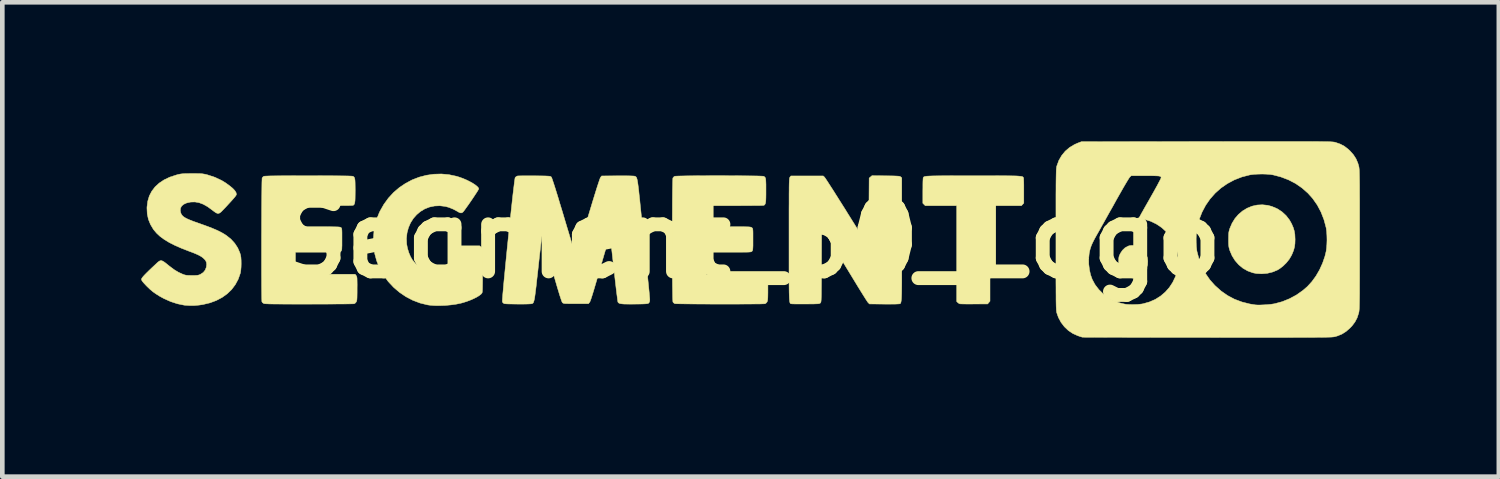
<source format=kicad_pcb>
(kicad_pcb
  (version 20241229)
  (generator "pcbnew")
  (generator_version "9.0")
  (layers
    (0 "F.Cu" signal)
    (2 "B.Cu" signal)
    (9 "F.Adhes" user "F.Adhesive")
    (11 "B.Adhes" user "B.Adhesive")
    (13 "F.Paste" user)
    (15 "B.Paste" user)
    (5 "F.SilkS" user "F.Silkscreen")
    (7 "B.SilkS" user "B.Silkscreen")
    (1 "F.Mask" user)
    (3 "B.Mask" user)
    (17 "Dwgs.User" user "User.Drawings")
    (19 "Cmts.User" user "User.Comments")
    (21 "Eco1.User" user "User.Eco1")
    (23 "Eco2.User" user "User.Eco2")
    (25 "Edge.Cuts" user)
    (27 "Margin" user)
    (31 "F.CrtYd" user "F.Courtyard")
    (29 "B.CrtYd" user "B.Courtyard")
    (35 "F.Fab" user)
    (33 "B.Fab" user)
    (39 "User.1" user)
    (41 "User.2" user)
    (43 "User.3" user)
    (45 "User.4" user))
  (footprint "Segment_60_Logo"
    (layer "F.Cu")
    (at 13.149 2.12)
    (property "Reference" "Segment_60_Logo" (at 0 0 0) (layer "F.SilkS") (effects (font (size 1.524 1.524) (thickness 0.3))))
    (attr through_hole)
    (fp_poly (pts (xy 8.291 0.13) (xy 8.351 0.14) (xy 8.399 0.157) (xy 8.462 0.199) (xy 8.511 0.255) (xy 8.548 0.321) (xy 8.571 0.392) (xy 8.58 0.467) (xy 8.576 0.543) (xy 8.558 0.615) (xy 8.526 0.682) (xy 8.481 0.739) (xy 8.422 0.784) (xy 8.41 0.791) (xy 8.349 0.812) (xy 8.279 0.822) (xy 8.209 0.82) (xy 8.159 0.81) (xy 8.103 0.782) (xy 8.05 0.739) (xy 8.005 0.685) (xy 7.983 0.648) (xy 7.969 0.617) (xy 7.96 0.59) (xy 7.956 0.559) (xy 7.954 0.519) (xy 7.953 0.48) (xy 7.954 0.43) (xy 7.956 0.395) (xy 7.962 0.366) (xy 7.972 0.339) (xy 7.988 0.305) (xy 7.99 0.301) (xy 8.035 0.233) (xy 8.091 0.18) (xy 8.155 0.145) (xy 8.177 0.137) (xy 8.23 0.129) (xy 8.291 0.13)) (stroke (width 0.01) (type solid)) (fill yes) (layer "F.SilkS"))
    (fp_poly (pts (xy 11.171 -0.737) (xy 11.26 -0.713) (xy 11.376 -0.664) (xy 11.478 -0.598) (xy 11.567 -0.516) (xy 11.642 -0.419) (xy 11.688 -0.336) (xy 11.722 -0.257) (xy 11.744 -0.184) (xy 11.757 -0.109) (xy 11.761 -0.022) (xy 11.762 0) (xy 11.759 0.088) (xy 11.749 0.163) (xy 11.73 0.234) (xy 11.7 0.309) (xy 11.681 0.349) (xy 11.635 0.427) (xy 11.574 0.503) (xy 11.504 0.572) (xy 11.429 0.63) (xy 11.38 0.66) (xy 11.275 0.703) (xy 11.161 0.731) (xy 11.043 0.741) (xy 10.928 0.735) (xy 10.852 0.72) (xy 10.74 0.68) (xy 10.638 0.622) (xy 10.547 0.547) (xy 10.468 0.458) (xy 10.403 0.355) (xy 10.354 0.241) (xy 10.353 0.238) (xy 10.342 0.202) (xy 10.334 0.17) (xy 10.329 0.137) (xy 10.326 0.097) (xy 10.325 0.045) (xy 10.325 0) (xy 10.326 -0.063) (xy 10.327 -0.11) (xy 10.33 -0.148) (xy 10.336 -0.18) (xy 10.345 -0.212) (xy 10.353 -0.238) (xy 10.402 -0.352) (xy 10.465 -0.454) (xy 10.541 -0.542) (xy 10.629 -0.616) (xy 10.726 -0.675) (xy 10.831 -0.718) (xy 10.941 -0.743) (xy 11.055 -0.749) (xy 11.171 -0.737)) (stroke (width 0.01) (type solid)) (fill yes) (layer "F.SilkS"))
    (fp_poly (pts (xy 4.815 -1.376) (xy 4.989 -1.376) (xy 5.143 -1.376) (xy 5.277 -1.376) (xy 5.395 -1.375) (xy 5.496 -1.375) (xy 5.582 -1.374) (xy 5.655 -1.373) (xy 5.715 -1.372) (xy 5.764 -1.37) (xy 5.802 -1.367) (xy 5.832 -1.364) (xy 5.855 -1.361) (xy 5.871 -1.357) (xy 5.882 -1.352) (xy 5.889 -1.346) (xy 5.894 -1.34) (xy 5.897 -1.333) (xy 5.899 -1.328) (xy 5.901 -1.313) (xy 5.902 -1.28) (xy 5.904 -1.232) (xy 5.905 -1.172) (xy 5.905 -1.103) (xy 5.905 -1.048) (xy 5.905 -0.786) (xy 5.88 -0.758) (xy 5.854 -0.73) (xy 5.175 -0.73) (xy 5.175 1.332) (xy 5.15 1.362) (xy 5.124 1.392) (xy 4.835 1.393) (xy 4.758 1.394) (xy 4.687 1.394) (xy 4.625 1.393) (xy 4.575 1.392) (xy 4.541 1.391) (xy 4.525 1.39) (xy 4.524 1.39) (xy 4.501 1.379) (xy 4.479 1.362) (xy 4.456 1.34) (xy 4.456 -0.73) (xy 3.777 -0.73) (xy 3.725 -0.782) (xy 3.725 -1.046) (xy 3.726 -1.12) (xy 3.726 -1.187) (xy 3.727 -1.244) (xy 3.729 -1.289) (xy 3.731 -1.318) (xy 3.732 -1.328) (xy 3.735 -1.336) (xy 3.739 -1.343) (xy 3.744 -1.349) (xy 3.753 -1.354) (xy 3.765 -1.358) (xy 3.784 -1.362) (xy 3.809 -1.366) (xy 3.842 -1.368) (xy 3.884 -1.37) (xy 3.937 -1.372) (xy 4.002 -1.373) (xy 4.079 -1.374) (xy 4.171 -1.375) (xy 4.278 -1.375) (xy 4.402 -1.376) (xy 4.543 -1.376) (xy 4.704 -1.376) (xy 4.815 -1.376)) (stroke (width 0.01) (type solid)) (fill yes) (layer "F.SilkS"))
    (fp_poly (pts (xy -6.506 -1.399) (xy -6.342 -1.364) (xy -6.275 -1.343) (xy -6.198 -1.315) (xy -6.124 -1.283) (xy -6.054 -1.248) (xy -5.991 -1.213) (xy -5.938 -1.178) (xy -5.897 -1.145) (xy -5.871 -1.116) (xy -5.863 -1.094) (xy -5.869 -1.08) (xy -5.885 -1.052) (xy -5.91 -1.012) (xy -5.942 -0.964) (xy -5.978 -0.909) (xy -6.017 -0.851) (xy -6.057 -0.793) (xy -6.096 -0.737) (xy -6.133 -0.686) (xy -6.164 -0.642) (xy -6.189 -0.609) (xy -6.206 -0.59) (xy -6.209 -0.587) (xy -6.234 -0.574) (xy -6.263 -0.575) (xy -6.299 -0.591) (xy -6.318 -0.603) (xy -6.408 -0.652) (xy -6.505 -0.692) (xy -6.586 -0.714) (xy -6.704 -0.728) (xy -6.818 -0.723) (xy -6.927 -0.7) (xy -7.029 -0.66) (xy -7.122 -0.604) (xy -7.205 -0.534) (xy -7.277 -0.452) (xy -7.336 -0.358) (xy -7.381 -0.254) (xy -7.411 -0.142) (xy -7.424 -0.022) (xy -7.419 0.098) (xy -7.402 0.19) (xy -7.373 0.284) (xy -7.336 0.372) (xy -7.299 0.436) (xy -7.232 0.519) (xy -7.15 0.592) (xy -7.057 0.654) (xy -6.958 0.7) (xy -6.89 0.721) (xy -6.833 0.73) (xy -6.762 0.734) (xy -6.683 0.733) (xy -6.604 0.727) (xy -6.554 0.72) (xy -6.466 0.706) (xy -6.466 0.45) (xy -6.466 0.369) (xy -6.466 0.307) (xy -6.465 0.261) (xy -6.463 0.227) (xy -6.461 0.204) (xy -6.457 0.187) (xy -6.452 0.176) (xy -6.445 0.166) (xy -6.444 0.165) (xy -6.423 0.138) (xy -5.843 0.138) (xy -5.813 0.163) (xy -5.784 0.189) (xy -5.781 0.658) (xy -5.781 0.777) (xy -5.78 0.877) (xy -5.781 0.958) (xy -5.782 1.023) (xy -5.783 1.074) (xy -5.785 1.11) (xy -5.787 1.136) (xy -5.791 1.15) (xy -5.792 1.154) (xy -5.814 1.181) (xy -5.855 1.213) (xy -5.909 1.246) (xy -5.975 1.279) (xy -6.049 1.311) (xy -6.127 1.34) (xy -6.208 1.365) (xy -6.244 1.375) (xy -6.35 1.397) (xy -6.466 1.413) (xy -6.586 1.424) (xy -6.705 1.428) (xy -6.818 1.427) (xy -6.92 1.419) (xy -6.969 1.412) (xy -7.131 1.372) (xy -7.287 1.313) (xy -7.436 1.235) (xy -7.575 1.141) (xy -7.702 1.032) (xy -7.817 0.909) (xy -7.916 0.773) (xy -7.999 0.626) (xy -8.006 0.613) (xy -8.066 0.463) (xy -8.108 0.31) (xy -8.131 0.152) (xy -8.136 -0.016) (xy -8.135 -0.042) (xy -8.124 -0.186) (xy -8.101 -0.318) (xy -8.064 -0.445) (xy -8.013 -0.572) (xy -7.996 -0.609) (xy -7.912 -0.757) (xy -7.814 -0.892) (xy -7.702 -1.014) (xy -7.578 -1.12) (xy -7.443 -1.211) (xy -7.3 -1.287) (xy -7.15 -1.345) (xy -6.993 -1.386) (xy -6.833 -1.409) (xy -6.67 -1.414) (xy -6.506 -1.399)) (stroke (width 0.01) (type solid)) (fill yes) (layer "F.SilkS"))
    (fp_poly (pts (xy 2.926 -1.374) (xy 3.014 -1.373) (xy 3.084 -1.372) (xy 3.137 -1.37) (xy 3.176 -1.368) (xy 3.204 -1.366) (xy 3.223 -1.363) (xy 3.236 -1.359) (xy 3.244 -1.353) (xy 3.248 -1.35) (xy 3.27 -1.33) (xy 3.27 0.011) (xy 3.27 0.21) (xy 3.27 0.389) (xy 3.27 0.549) (xy 3.27 0.69) (xy 3.27 0.815) (xy 3.27 0.924) (xy 3.269 1.018) (xy 3.268 1.099) (xy 3.267 1.167) (xy 3.265 1.224) (xy 3.263 1.27) (xy 3.26 1.306) (xy 3.256 1.335) (xy 3.252 1.356) (xy 3.247 1.371) (xy 3.241 1.381) (xy 3.235 1.386) (xy 3.227 1.389) (xy 3.219 1.39) (xy 3.209 1.391) (xy 3.199 1.391) (xy 3.193 1.392) (xy 3.171 1.393) (xy 3.131 1.395) (xy 3.076 1.395) (xy 3.01 1.396) (xy 2.936 1.396) (xy 2.86 1.395) (xy 2.572 1.392) (xy 2.541 1.36) (xy 2.533 1.35) (xy 2.519 1.329) (xy 2.498 1.297) (xy 2.47 1.253) (xy 2.435 1.197) (xy 2.392 1.128) (xy 2.341 1.046) (xy 2.282 0.949) (xy 2.215 0.839) (xy 2.139 0.714) (xy 2.053 0.573) (xy 1.958 0.416) (xy 1.853 0.243) (xy 1.738 0.053) (xy 1.613 -0.155) (xy 1.599 -0.177) (xy 1.54 -0.275) (xy 1.537 0.538) (xy 1.537 0.688) (xy 1.536 0.819) (xy 1.536 0.931) (xy 1.535 1.027) (xy 1.534 1.107) (xy 1.534 1.173) (xy 1.533 1.226) (xy 1.531 1.268) (xy 1.53 1.301) (xy 1.528 1.325) (xy 1.526 1.342) (xy 1.523 1.354) (xy 1.52 1.362) (xy 1.517 1.367) (xy 1.513 1.371) (xy 1.512 1.372) (xy 1.504 1.378) (xy 1.494 1.382) (xy 1.478 1.386) (xy 1.454 1.389) (xy 1.42 1.39) (xy 1.373 1.392) (xy 1.311 1.392) (xy 1.231 1.393) (xy 1.203 1.393) (xy 1.126 1.393) (xy 1.055 1.393) (xy 0.993 1.393) (xy 0.943 1.392) (xy 0.908 1.391) (xy 0.892 1.39) (xy 0.884 1.389) (xy 0.876 1.387) (xy 0.87 1.385) (xy 0.864 1.381) (xy 0.859 1.374) (xy 0.855 1.362) (xy 0.851 1.346) (xy 0.848 1.323) (xy 0.845 1.292) (xy 0.843 1.253) (xy 0.841 1.205) (xy 0.839 1.145) (xy 0.838 1.074) (xy 0.837 0.991) (xy 0.837 0.893) (xy 0.836 0.78) (xy 0.836 0.652) (xy 0.836 0.506) (xy 0.836 0.342) (xy 0.836 0.159) (xy 0.836 0.009) (xy 0.836 -0.186) (xy 0.836 -0.361) (xy 0.836 -0.517) (xy 0.836 -0.656) (xy 0.837 -0.777) (xy 0.837 -0.883) (xy 0.837 -0.975) (xy 0.838 -1.053) (xy 0.838 -1.119) (xy 0.839 -1.174) (xy 0.84 -1.218) (xy 0.842 -1.254) (xy 0.843 -1.282) (xy 0.845 -1.303) (xy 0.846 -1.318) (xy 0.849 -1.329) (xy 0.851 -1.337) (xy 0.854 -1.342) (xy 0.856 -1.346) (xy 0.877 -1.371) (xy 1.575 -1.371) (xy 1.603 -1.345) (xy 1.612 -1.332) (xy 1.632 -1.303) (xy 1.662 -1.258) (xy 1.7 -1.199) (xy 1.745 -1.129) (xy 1.798 -1.047) (xy 1.856 -0.955) (xy 1.919 -0.855) (xy 1.986 -0.749) (xy 2.057 -0.637) (xy 2.093 -0.578) (xy 2.556 0.162) (xy 2.561 -0.581) (xy 2.566 -1.325) (xy 2.627 -1.377) (xy 2.926 -1.374)) (stroke (width 0.01) (type solid)) (fill yes) (layer "F.SilkS"))
    (fp_poly (pts (xy -9.36 -1.376) (xy -9.201 -1.375) (xy -9.061 -1.375) (xy -8.94 -1.374) (xy -8.838 -1.373) (xy -8.753 -1.372) (xy -8.686 -1.371) (xy -8.636 -1.369) (xy -8.602 -1.367) (xy -8.583 -1.365) (xy -8.579 -1.364) (xy -8.565 -1.356) (xy -8.553 -1.344) (xy -8.545 -1.327) (xy -8.538 -1.302) (xy -8.534 -1.266) (xy -8.532 -1.217) (xy -8.531 -1.153) (xy -8.53 -1.07) (xy -8.53 -1.052) (xy -8.531 -0.964) (xy -8.532 -0.894) (xy -8.534 -0.841) (xy -8.539 -0.801) (xy -8.545 -0.774) (xy -8.554 -0.755) (xy -8.565 -0.743) (xy -8.578 -0.737) (xy -8.592 -0.736) (xy -8.624 -0.734) (xy -8.674 -0.733) (xy -8.74 -0.733) (xy -8.819 -0.732) (xy -8.909 -0.731) (xy -9.009 -0.731) (xy -9.116 -0.73) (xy -9.208 -0.73) (xy -9.821 -0.73) (xy -9.821 -0.275) (xy -9.342 -0.275) (xy -9.227 -0.275) (xy -9.131 -0.275) (xy -9.053 -0.274) (xy -8.991 -0.273) (xy -8.942 -0.272) (xy -8.905 -0.271) (xy -8.878 -0.269) (xy -8.859 -0.266) (xy -8.847 -0.263) (xy -8.839 -0.259) (xy -8.832 -0.253) (xy -8.826 -0.245) (xy -8.822 -0.233) (xy -8.819 -0.214) (xy -8.817 -0.185) (xy -8.816 -0.143) (xy -8.816 -0.085) (xy -8.816 -0.01) (xy -8.816 -0.005) (xy -8.816 0.072) (xy -8.816 0.131) (xy -8.818 0.175) (xy -8.819 0.205) (xy -8.822 0.226) (xy -8.827 0.239) (xy -8.832 0.249) (xy -8.837 0.254) (xy -8.843 0.259) (xy -8.85 0.263) (xy -8.861 0.266) (xy -8.877 0.269) (xy -8.9 0.271) (xy -8.933 0.273) (xy -8.977 0.274) (xy -9.033 0.275) (xy -9.105 0.275) (xy -9.193 0.275) (xy -9.3 0.275) (xy -9.34 0.275) (xy -9.821 0.275) (xy -9.821 0.751) (xy -8.532 0.751) (xy -8.51 0.779) (xy -8.503 0.789) (xy -8.498 0.8) (xy -8.494 0.816) (xy -8.491 0.839) (xy -8.49 0.872) (xy -8.489 0.917) (xy -8.488 0.978) (xy -8.489 1.057) (xy -8.489 1.062) (xy -8.489 1.144) (xy -8.49 1.208) (xy -8.491 1.256) (xy -8.493 1.291) (xy -8.496 1.315) (xy -8.501 1.333) (xy -8.506 1.346) (xy -8.508 1.349) (xy -8.528 1.373) (xy -8.551 1.387) (xy -8.552 1.388) (xy -8.566 1.389) (xy -8.6 1.39) (xy -8.652 1.391) (xy -8.72 1.392) (xy -8.804 1.393) (xy -8.9 1.393) (xy -9.009 1.394) (xy -9.128 1.395) (xy -9.256 1.395) (xy -9.39 1.395) (xy -9.525 1.396) (xy -9.693 1.396) (xy -9.842 1.396) (xy -9.972 1.395) (xy -10.084 1.395) (xy -10.18 1.394) (xy -10.261 1.394) (xy -10.328 1.393) (xy -10.382 1.392) (xy -10.425 1.39) (xy -10.457 1.389) (xy -10.481 1.387) (xy -10.496 1.384) (xy -10.505 1.382) (xy -10.531 1.364) (xy -10.545 1.343) (xy -10.546 1.327) (xy -10.547 1.292) (xy -10.548 1.239) (xy -10.549 1.17) (xy -10.55 1.086) (xy -10.551 0.989) (xy -10.551 0.881) (xy -10.552 0.762) (xy -10.552 0.635) (xy -10.552 0.5) (xy -10.552 0.361) (xy -10.552 0.217) (xy -10.552 0.072) (xy -10.552 -0.075) (xy -10.551 -0.22) (xy -10.551 -0.363) (xy -10.55 -0.502) (xy -10.55 -0.635) (xy -10.549 -0.761) (xy -10.548 -0.879) (xy -10.547 -0.986) (xy -10.546 -1.082) (xy -10.545 -1.164) (xy -10.544 -1.231) (xy -10.542 -1.281) (xy -10.541 -1.314) (xy -10.54 -1.327) (xy -10.521 -1.351) (xy -10.502 -1.364) (xy -10.49 -1.366) (xy -10.462 -1.368) (xy -10.419 -1.37) (xy -10.359 -1.372) (xy -10.282 -1.373) (xy -10.187 -1.374) (xy -10.075 -1.375) (xy -9.943 -1.375) (xy -9.791 -1.376) (xy -9.62 -1.376) (xy -9.541 -1.376) (xy -9.36 -1.376)) (stroke (width 0.01) (type solid)) (fill yes) (layer "F.SilkS"))
    (fp_poly (pts (xy -11.974 -1.423) (xy -11.915 -1.422) (xy -11.869 -1.421) (xy -11.832 -1.418) (xy -11.8 -1.413) (xy -11.767 -1.407) (xy -11.731 -1.398) (xy -11.716 -1.394) (xy -11.558 -1.342) (xy -11.412 -1.273) (xy -11.327 -1.221) (xy -11.242 -1.159) (xy -11.175 -1.104) (xy -11.129 -1.055) (xy -11.102 -1.011) (xy -11.095 -0.975) (xy -11.096 -0.966) (xy -11.104 -0.951) (xy -11.123 -0.925) (xy -11.154 -0.888) (xy -11.196 -0.84) (xy -11.253 -0.778) (xy -11.322 -0.703) (xy -11.384 -0.638) (xy -11.423 -0.598) (xy -11.454 -0.573) (xy -11.482 -0.562) (xy -11.51 -0.564) (xy -11.544 -0.581) (xy -11.587 -0.612) (xy -11.617 -0.635) (xy -11.717 -0.708) (xy -11.811 -0.761) (xy -11.902 -0.795) (xy -11.99 -0.81) (xy -12.078 -0.808) (xy -12.092 -0.806) (xy -12.171 -0.788) (xy -12.232 -0.76) (xy -12.276 -0.723) (xy -12.301 -0.678) (xy -12.307 -0.625) (xy -12.299 -0.582) (xy -12.287 -0.551) (xy -12.269 -0.523) (xy -12.244 -0.497) (xy -12.208 -0.472) (xy -12.161 -0.447) (xy -12.099 -0.42) (xy -12.022 -0.39) (xy -11.926 -0.356) (xy -11.924 -0.355) (xy -11.802 -0.312) (xy -11.698 -0.274) (xy -11.609 -0.239) (xy -11.533 -0.207) (xy -11.467 -0.176) (xy -11.409 -0.146) (xy -11.356 -0.115) (xy -11.306 -0.082) (xy -11.305 -0.081) (xy -11.211 -0.005) (xy -11.131 0.083) (xy -11.067 0.181) (xy -11.021 0.286) (xy -11.005 0.339) (xy -10.997 0.389) (xy -10.993 0.453) (xy -10.992 0.525) (xy -10.994 0.598) (xy -11 0.665) (xy -11.008 0.719) (xy -11.011 0.73) (xy -11.056 0.858) (xy -11.119 0.975) (xy -11.198 1.08) (xy -11.293 1.172) (xy -11.403 1.251) (xy -11.528 1.317) (xy -11.665 1.368) (xy -11.816 1.404) (xy -11.901 1.417) (xy -12.005 1.426) (xy -12.11 1.426) (xy -12.207 1.42) (xy -12.229 1.417) (xy -12.37 1.388) (xy -12.514 1.341) (xy -12.656 1.278) (xy -12.753 1.225) (xy -12.829 1.177) (xy -12.895 1.131) (xy -12.956 1.08) (xy -13.019 1.02) (xy -13.052 0.986) (xy -13.093 0.942) (xy -13.121 0.909) (xy -13.137 0.885) (xy -13.144 0.866) (xy -13.145 0.86) (xy -13.141 0.846) (xy -13.129 0.827) (xy -13.109 0.801) (xy -13.078 0.767) (xy -13.036 0.724) (xy -12.981 0.67) (xy -12.913 0.605) (xy -12.84 0.537) (xy -12.802 0.501) (xy -12.772 0.476) (xy -12.746 0.461) (xy -12.721 0.456) (xy -12.695 0.463) (xy -12.662 0.481) (xy -12.621 0.511) (xy -12.569 0.553) (xy -12.538 0.578) (xy -12.441 0.651) (xy -12.349 0.707) (xy -12.259 0.748) (xy -12.226 0.761) (xy -12.196 0.769) (xy -12.165 0.774) (xy -12.125 0.776) (xy -12.071 0.777) (xy -12.054 0.777) (xy -11.997 0.777) (xy -11.956 0.775) (xy -11.926 0.772) (xy -11.901 0.765) (xy -11.878 0.756) (xy -11.872 0.753) (xy -11.811 0.713) (xy -11.769 0.661) (xy -11.744 0.598) (xy -11.737 0.537) (xy -11.744 0.488) (xy -11.768 0.444) (xy -11.811 0.401) (xy -11.813 0.399) (xy -11.844 0.376) (xy -11.878 0.355) (xy -11.918 0.334) (xy -11.969 0.311) (xy -12.032 0.285) (xy -12.113 0.255) (xy -12.124 0.251) (xy -12.285 0.188) (xy -12.426 0.126) (xy -12.548 0.064) (xy -12.653 -0.000103) (xy -12.743 -0.066) (xy -12.817 -0.135) (xy -12.878 -0.207) (xy -12.886 -0.217) (xy -12.95 -0.324) (xy -12.995 -0.435) (xy -13.02 -0.553) (xy -13.026 -0.679) (xy -13.025 -0.703) (xy -13.009 -0.826) (xy -12.975 -0.94) (xy -12.922 -1.042) (xy -12.851 -1.135) (xy -12.763 -1.216) (xy -12.658 -1.286) (xy -12.535 -1.345) (xy -12.395 -1.391) (xy -12.364 -1.4) (xy -12.329 -1.408) (xy -12.296 -1.414) (xy -12.26 -1.418) (xy -12.217 -1.421) (xy -12.164 -1.422) (xy -12.095 -1.423) (xy -12.049 -1.423) (xy -11.974 -1.423)) (stroke (width 0.01) (type solid)) (fill yes) (layer "F.SilkS"))
    (fp_poly (pts (xy -0.59 -1.377) (xy -0.467 -1.376) (xy -0.347 -1.376) (xy -0.232 -1.375) (xy -0.123 -1.374) (xy -0.023 -1.373) (xy 0.066 -1.372) (xy 0.143 -1.371) (xy 0.206 -1.369) (xy 0.252 -1.367) (xy 0.281 -1.365) (xy 0.289 -1.364) (xy 0.304 -1.355) (xy 0.315 -1.345) (xy 0.324 -1.332) (xy 0.33 -1.311) (xy 0.334 -1.282) (xy 0.336 -1.241) (xy 0.338 -1.186) (xy 0.338 -1.114) (xy 0.338 -1.06) (xy 0.338 -0.971) (xy 0.337 -0.9) (xy 0.335 -0.846) (xy 0.331 -0.805) (xy 0.325 -0.777) (xy 0.316 -0.757) (xy 0.306 -0.745) (xy 0.292 -0.737) (xy 0.291 -0.737) (xy 0.277 -0.736) (xy 0.244 -0.734) (xy 0.194 -0.733) (xy 0.129 -0.733) (xy 0.05 -0.732) (xy -0.04 -0.731) (xy -0.14 -0.731) (xy -0.248 -0.73) (xy -0.34 -0.73) (xy -0.953 -0.73) (xy -0.953 -0.275) (xy -0.472 -0.275) (xy -0.359 -0.275) (xy -0.264 -0.275) (xy -0.187 -0.275) (xy -0.126 -0.274) (xy -0.078 -0.273) (xy -0.041 -0.272) (xy -0.015 -0.27) (xy 0.004 -0.267) (xy 0.017 -0.264) (xy 0.026 -0.26) (xy 0.033 -0.255) (xy 0.033 -0.255) (xy 0.041 -0.248) (xy 0.048 -0.24) (xy 0.052 -0.228) (xy 0.055 -0.209) (xy 0.057 -0.18) (xy 0.058 -0.14) (xy 0.058 -0.084) (xy 0.058 -0.009) (xy 0.058 -0.002) (xy 0.058 0.075) (xy 0.058 0.133) (xy 0.056 0.176) (xy 0.054 0.206) (xy 0.051 0.226) (xy 0.047 0.24) (xy 0.041 0.249) (xy 0.038 0.253) (xy 0.033 0.258) (xy 0.027 0.262) (xy 0.017 0.266) (xy 0.002 0.269) (xy -0.019 0.271) (xy -0.049 0.273) (xy -0.09 0.274) (xy -0.143 0.274) (xy -0.211 0.275) (xy -0.295 0.275) (xy -0.397 0.275) (xy -0.467 0.275) (xy -0.953 0.275) (xy -0.953 0.751) (xy -0.31 0.752) (xy -0.195 0.752) (xy -0.086 0.752) (xy 0.015 0.753) (xy 0.105 0.754) (xy 0.184 0.754) (xy 0.25 0.756) (xy 0.299 0.757) (xy 0.332 0.758) (xy 0.345 0.759) (xy 0.345 0.76) (xy 0.356 0.769) (xy 0.365 0.783) (xy 0.371 0.803) (xy 0.375 0.832) (xy 0.378 0.874) (xy 0.38 0.929) (xy 0.38 1.001) (xy 0.38 1.066) (xy 0.38 1.147) (xy 0.379 1.21) (xy 0.378 1.257) (xy 0.375 1.292) (xy 0.372 1.316) (xy 0.368 1.334) (xy 0.362 1.347) (xy 0.361 1.349) (xy 0.341 1.373) (xy 0.318 1.387) (xy 0.317 1.388) (xy 0.301 1.389) (xy 0.266 1.39) (xy 0.214 1.392) (xy 0.147 1.392) (xy 0.065 1.393) (xy -0.028 1.394) (xy -0.131 1.394) (xy -0.243 1.395) (xy -0.36 1.395) (xy -0.482 1.395) (xy -0.607 1.395) (xy -0.732 1.395) (xy -0.856 1.395) (xy -0.978 1.394) (xy -1.094 1.394) (xy -1.204 1.393) (xy -1.305 1.392) (xy -1.396 1.391) (xy -1.475 1.39) (xy -1.54 1.389) (xy -1.589 1.388) (xy -1.62 1.386) (xy -1.631 1.385) (xy -1.656 1.368) (xy -1.671 1.349) (xy -1.672 1.334) (xy -1.674 1.3) (xy -1.676 1.248) (xy -1.677 1.179) (xy -1.678 1.096) (xy -1.68 0.999) (xy -1.681 0.891) (xy -1.681 0.772) (xy -1.682 0.645) (xy -1.683 0.51) (xy -1.683 0.371) (xy -1.683 0.227) (xy -1.684 0.081) (xy -1.684 -0.066) (xy -1.683 -0.212) (xy -1.683 -0.355) (xy -1.683 -0.495) (xy -1.682 -0.629) (xy -1.682 -0.756) (xy -1.681 -0.874) (xy -1.68 -0.982) (xy -1.679 -1.078) (xy -1.677 -1.161) (xy -1.676 -1.229) (xy -1.674 -1.28) (xy -1.673 -1.313) (xy -1.671 -1.327) (xy -1.652 -1.351) (xy -1.633 -1.364) (xy -1.618 -1.366) (xy -1.584 -1.368) (xy -1.532 -1.37) (xy -1.465 -1.371) (xy -1.384 -1.373) (xy -1.291 -1.374) (xy -1.188 -1.375) (xy -1.077 -1.376) (xy -0.96 -1.376) (xy -0.839 -1.377) (xy -0.715 -1.377) (xy -0.59 -1.377)) (stroke (width 0.01) (type solid)) (fill yes) (layer "F.SilkS"))
    (fp_poly (pts (xy -4.694 -1.374) (xy -4.654 -1.374) (xy -4.561 -1.373) (xy -4.487 -1.372) (xy -4.429 -1.371) (xy -4.385 -1.369) (xy -4.353 -1.367) (xy -4.331 -1.365) (xy -4.316 -1.361) (xy -4.306 -1.357) (xy -4.299 -1.351) (xy -4.297 -1.349) (xy -4.29 -1.337) (xy -4.279 -1.309) (xy -4.264 -1.264) (xy -4.243 -1.202) (xy -4.218 -1.124) (xy -4.188 -1.027) (xy -4.152 -0.912) (xy -4.112 -0.777) (xy -4.065 -0.624) (xy -4.027 -0.497) (xy -3.989 -0.369) (xy -3.952 -0.246) (xy -3.917 -0.131) (xy -3.885 -0.024) (xy -3.856 0.073) (xy -3.83 0.158) (xy -3.809 0.229) (xy -3.791 0.285) (xy -3.779 0.326) (xy -3.772 0.348) (xy -3.771 0.351) (xy -3.766 0.345) (xy -3.755 0.319) (xy -3.739 0.272) (xy -3.717 0.204) (xy -3.689 0.117) (xy -3.656 0.009) (xy -3.616 -0.118) (xy -3.571 -0.266) (xy -3.52 -0.434) (xy -3.508 -0.474) (xy -3.456 -0.646) (xy -3.41 -0.799) (xy -3.369 -0.932) (xy -3.334 -1.045) (xy -3.304 -1.14) (xy -3.279 -1.216) (xy -3.259 -1.275) (xy -3.245 -1.315) (xy -3.235 -1.338) (xy -3.231 -1.344) (xy -3.209 -1.371) (xy -2.865 -1.374) (xy -2.767 -1.374) (xy -2.68 -1.374) (xy -2.608 -1.373) (xy -2.552 -1.371) (xy -2.514 -1.369) (xy -2.495 -1.366) (xy -2.495 -1.366) (xy -2.484 -1.362) (xy -2.475 -1.357) (xy -2.467 -1.35) (xy -2.459 -1.34) (xy -2.452 -1.324) (xy -2.445 -1.302) (xy -2.439 -1.273) (xy -2.432 -1.234) (xy -2.425 -1.185) (xy -2.417 -1.123) (xy -2.408 -1.048) (xy -2.399 -0.958) (xy -2.387 -0.852) (xy -2.375 -0.728) (xy -2.36 -0.585) (xy -2.355 -0.533) (xy -2.34 -0.39) (xy -2.325 -0.239) (xy -2.309 -0.084) (xy -2.293 0.072) (xy -2.277 0.224) (xy -2.262 0.37) (xy -2.248 0.506) (xy -2.235 0.628) (xy -2.225 0.734) (xy -2.223 0.751) (xy -2.212 0.854) (xy -2.202 0.952) (xy -2.193 1.043) (xy -2.185 1.124) (xy -2.179 1.194) (xy -2.174 1.249) (xy -2.171 1.287) (xy -2.17 1.307) (xy -2.17 1.307) (xy -2.175 1.345) (xy -2.191 1.371) (xy -2.192 1.372) (xy -2.2 1.378) (xy -2.211 1.383) (xy -2.228 1.386) (xy -2.253 1.389) (xy -2.288 1.391) (xy -2.337 1.393) (xy -2.402 1.394) (xy -2.485 1.395) (xy -2.487 1.395) (xy -2.585 1.396) (xy -2.664 1.395) (xy -2.726 1.394) (xy -2.773 1.39) (xy -2.807 1.385) (xy -2.831 1.377) (xy -2.847 1.367) (xy -2.856 1.355) (xy -2.858 1.351) (xy -2.861 1.337) (xy -2.866 1.304) (xy -2.872 1.253) (xy -2.881 1.186) (xy -2.891 1.106) (xy -2.902 1.013) (xy -2.914 0.91) (xy -2.927 0.798) (xy -2.94 0.68) (xy -2.948 0.614) (xy -2.961 0.494) (xy -2.974 0.38) (xy -2.986 0.273) (xy -2.997 0.177) (xy -3.007 0.092) (xy -3.015 0.02) (xy -3.022 -0.036) (xy -3.027 -0.076) (xy -3.029 -0.098) (xy -3.03 -0.102) (xy -3.033 -0.092) (xy -3.042 -0.064) (xy -3.055 -0.019) (xy -3.073 0.042) (xy -3.095 0.117) (xy -3.12 0.204) (xy -3.149 0.302) (xy -3.18 0.408) (xy -3.213 0.522) (xy -3.239 0.612) (xy -3.282 0.762) (xy -3.32 0.892) (xy -3.353 1.004) (xy -3.381 1.099) (xy -3.405 1.177) (xy -3.425 1.24) (xy -3.441 1.289) (xy -3.454 1.324) (xy -3.463 1.346) (xy -3.47 1.357) (xy -3.494 1.386) (xy -3.764 1.386) (xy -3.846 1.386) (xy -3.91 1.386) (xy -3.958 1.385) (xy -3.993 1.384) (xy -4.017 1.382) (xy -4.033 1.378) (xy -4.044 1.373) (xy -4.052 1.367) (xy -4.057 1.363) (xy -4.063 1.352) (xy -4.072 1.332) (xy -4.083 1.3) (xy -4.098 1.255) (xy -4.117 1.197) (xy -4.139 1.124) (xy -4.166 1.035) (xy -4.197 0.929) (xy -4.233 0.805) (xy -4.275 0.662) (xy -4.286 0.622) (xy -4.328 0.479) (xy -4.364 0.355) (xy -4.394 0.249) (xy -4.421 0.161) (xy -4.443 0.089) (xy -4.46 0.031) (xy -4.474 -0.012) (xy -4.485 -0.042) (xy -4.493 -0.06) (xy -4.498 -0.068) (xy -4.5 -0.066) (xy -4.503 -0.051) (xy -4.507 -0.016) (xy -4.514 0.036) (xy -4.522 0.103) (xy -4.531 0.184) (xy -4.542 0.277) (xy -4.554 0.38) (xy -4.566 0.491) (xy -4.579 0.608) (xy -4.583 0.646) (xy -4.599 0.787) (xy -4.613 0.908) (xy -4.624 1.012) (xy -4.635 1.099) (xy -4.644 1.171) (xy -4.652 1.229) (xy -4.659 1.275) (xy -4.667 1.311) (xy -4.674 1.337) (xy -4.681 1.356) (xy -4.688 1.369) (xy -4.697 1.378) (xy -4.706 1.383) (xy -4.717 1.386) (xy -4.721 1.388) (xy -4.741 1.39) (xy -4.778 1.392) (xy -4.829 1.394) (xy -4.89 1.395) (xy -4.958 1.395) (xy -5.029 1.395) (xy -5.099 1.394) (xy -5.165 1.393) (xy -5.223 1.392) (xy -5.27 1.39) (xy -5.302 1.387) (xy -5.315 1.385) (xy -5.34 1.367) (xy -5.353 1.346) (xy -5.353 1.331) (xy -5.352 1.297) (xy -5.348 1.244) (xy -5.343 1.175) (xy -5.335 1.092) (xy -5.327 0.995) (xy -5.317 0.887) (xy -5.305 0.768) (xy -5.293 0.641) (xy -5.28 0.507) (xy -5.266 0.367) (xy -5.252 0.224) (xy -5.237 0.078) (xy -5.222 -0.069) (xy -5.206 -0.214) (xy -5.191 -0.358) (xy -5.176 -0.498) (xy -5.162 -0.632) (xy -5.148 -0.759) (xy -5.135 -0.878) (xy -5.123 -0.986) (xy -5.111 -1.083) (xy -5.101 -1.167) (xy -5.093 -1.235) (xy -5.085 -1.288) (xy -5.08 -1.323) (xy -5.076 -1.338) (xy -5.076 -1.338) (xy -5.051 -1.36) (xy -5.025 -1.371) (xy -5.006 -1.372) (xy -4.968 -1.373) (xy -4.916 -1.374) (xy -4.851 -1.374) (xy -4.776 -1.374) (xy -4.694 -1.374)) (stroke (width 0.01) (type solid)) (fill yes) (layer "F.SilkS"))
    (fp_poly (pts (xy 11.586 -2.115) (xy 11.728 -2.115) (xy 11.855 -2.115) (xy 11.969 -2.115) (xy 12.071 -2.115) (xy 12.161 -2.114) (xy 12.24 -2.114) (xy 12.309 -2.113) (xy 12.368 -2.112) (xy 12.419 -2.112) (xy 12.462 -2.111) (xy 12.498 -2.11) (xy 12.528 -2.109) (xy 12.553 -2.107) (xy 12.572 -2.106) (xy 12.588 -2.104) (xy 12.601 -2.103) (xy 12.612 -2.101) (xy 12.621 -2.099) (xy 12.63 -2.097) (xy 12.635 -2.095) (xy 12.736 -2.06) (xy 12.824 -2.014) (xy 12.906 -1.951) (xy 12.949 -1.911) (xy 13.023 -1.827) (xy 13.078 -1.741) (xy 13.118 -1.646) (xy 13.134 -1.592) (xy 13.137 -1.58) (xy 13.14 -1.568) (xy 13.142 -1.554) (xy 13.144 -1.537) (xy 13.146 -1.516) (xy 13.148 -1.491) (xy 13.149 -1.46) (xy 13.15 -1.422) (xy 13.151 -1.375) (xy 13.152 -1.319) (xy 13.153 -1.254) (xy 13.154 -1.176) (xy 13.154 -1.087) (xy 13.154 -0.983) (xy 13.155 -0.866) (xy 13.155 -0.732) (xy 13.155 -0.582) (xy 13.155 -0.414) (xy 13.155 -0.227) (xy 13.155 -0.02) (xy 13.155 0) (xy 13.155 0.209) (xy 13.155 0.398) (xy 13.155 0.567) (xy 13.155 0.719) (xy 13.155 0.854) (xy 13.154 0.973) (xy 13.154 1.078) (xy 13.154 1.169) (xy 13.153 1.247) (xy 13.152 1.314) (xy 13.151 1.37) (xy 13.15 1.418) (xy 13.149 1.457) (xy 13.148 1.489) (xy 13.146 1.514) (xy 13.144 1.535) (xy 13.142 1.552) (xy 13.14 1.566) (xy 13.137 1.579) (xy 13.134 1.591) (xy 13.134 1.592) (xy 13.101 1.693) (xy 13.054 1.782) (xy 12.991 1.866) (xy 12.949 1.91) (xy 12.864 1.985) (xy 12.776 2.041) (xy 12.68 2.081) (xy 12.63 2.096) (xy 12.621 2.098) (xy 12.612 2.1) (xy 12.601 2.102) (xy 12.588 2.104) (xy 12.573 2.105) (xy 12.553 2.107) (xy 12.529 2.108) (xy 12.5 2.109) (xy 12.465 2.11) (xy 12.423 2.111) (xy 12.373 2.112) (xy 12.315 2.113) (xy 12.248 2.113) (xy 12.17 2.114) (xy 12.082 2.114) (xy 11.982 2.115) (xy 11.87 2.115) (xy 11.745 2.115) (xy 11.606 2.116) (xy 11.452 2.116) (xy 11.282 2.116) (xy 11.096 2.116) (xy 10.893 2.116) (xy 10.672 2.116) (xy 10.432 2.116) (xy 10.172 2.116) (xy 9.893 2.115) (xy 9.87 2.115) (xy 9.633 2.115) (xy 9.402 2.115) (xy 9.176 2.115) (xy 8.959 2.115) (xy 8.749 2.115) (xy 8.548 2.114) (xy 8.358 2.114) (xy 8.178 2.114) (xy 8.01 2.113) (xy 7.854 2.113) (xy 7.712 2.113) (xy 7.585 2.112) (xy 7.472 2.112) (xy 7.377 2.111) (xy 7.298 2.111) (xy 7.237 2.111) (xy 7.195 2.11) (xy 7.173 2.11) (xy 7.17 2.11) (xy 7.15 2.104) (xy 7.117 2.094) (xy 7.077 2.08) (xy 7.07 2.078) (xy 6.963 2.03) (xy 6.866 1.965) (xy 6.781 1.884) (xy 6.709 1.79) (xy 6.652 1.684) (xy 6.618 1.587) (xy 6.615 1.577) (xy 6.613 1.565) (xy 6.611 1.551) (xy 6.609 1.533) (xy 6.607 1.511) (xy 6.606 1.483) (xy 6.604 1.448) (xy 6.603 1.406) (xy 6.602 1.354) (xy 6.601 1.293) (xy 6.601 1.22) (xy 6.6 1.136) (xy 6.6 1.038) (xy 6.599 0.927) (xy 6.599 0.8) (xy 6.599 0.656) (xy 6.599 0.496) (xy 6.599 0.41) (xy 7.306 0.41) (xy 7.307 0.529) (xy 7.321 0.648) (xy 7.346 0.762) (xy 7.382 0.863) (xy 7.443 0.975) (xy 7.522 1.079) (xy 7.615 1.171) (xy 7.721 1.252) (xy 7.837 1.317) (xy 7.96 1.364) (xy 8.001 1.376) (xy 8.047 1.387) (xy 8.083 1.395) (xy 8.115 1.4) (xy 8.149 1.403) (xy 8.191 1.405) (xy 8.246 1.406) (xy 8.26 1.406) (xy 8.364 1.403) (xy 8.454 1.393) (xy 8.484 1.387) (xy 8.618 1.349) (xy 8.744 1.294) (xy 8.858 1.222) (xy 8.959 1.136) (xy 9.047 1.037) (xy 9.12 0.926) (xy 9.177 0.806) (xy 9.216 0.678) (xy 9.236 0.543) (xy 9.239 0.47) (xy 9.229 0.331) (xy 9.199 0.198) (xy 9.148 0.072) (xy 9.095 -0.018) (xy 9.626 -0.018) (xy 9.627 0.072) (xy 9.631 0.157) (xy 9.639 0.231) (xy 9.645 0.263) (xy 9.69 0.433) (xy 9.75 0.59) (xy 9.827 0.734) (xy 9.92 0.869) (xy 10.032 0.995) (xy 10.038 1) (xy 10.167 1.115) (xy 10.305 1.211) (xy 10.454 1.29) (xy 10.614 1.35) (xy 10.785 1.393) (xy 10.901 1.412) (xy 10.949 1.415) (xy 11.011 1.415) (xy 11.083 1.412) (xy 11.158 1.408) (xy 11.23 1.401) (xy 11.293 1.392) (xy 11.321 1.387) (xy 11.484 1.343) (xy 11.642 1.279) (xy 11.792 1.198) (xy 11.932 1.099) (xy 12.027 1.017) (xy 12.124 0.911) (xy 12.212 0.79) (xy 12.29 0.656) (xy 12.355 0.513) (xy 12.406 0.365) (xy 12.432 0.258) (xy 12.442 0.187) (xy 12.448 0.103) (xy 12.451 0.012) (xy 12.449 -0.079) (xy 12.444 -0.165) (xy 12.435 -0.238) (xy 12.432 -0.254) (xy 12.385 -0.429) (xy 12.321 -0.593) (xy 12.24 -0.745) (xy 12.141 -0.886) (xy 12.04 -0.999) (xy 11.913 -1.111) (xy 11.773 -1.208) (xy 11.621 -1.287) (xy 11.456 -1.35) (xy 11.292 -1.393) (xy 11.226 -1.404) (xy 11.145 -1.41) (xy 11.056 -1.413) (xy 10.966 -1.411) (xy 10.881 -1.407) (xy 10.807 -1.398) (xy 10.784 -1.394) (xy 10.613 -1.35) (xy 10.451 -1.287) (xy 10.301 -1.207) (xy 10.163 -1.112) (xy 10.038 -1.001) (xy 9.927 -0.876) (xy 9.831 -0.738) (xy 9.752 -0.588) (xy 9.689 -0.427) (xy 9.645 -0.257) (xy 9.635 -0.189) (xy 9.629 -0.107) (xy 9.626 -0.018) (xy 9.095 -0.018) (xy 9.078 -0.047) (xy 8.989 -0.158) (xy 8.987 -0.16) (xy 8.884 -0.255) (xy 8.768 -0.333) (xy 8.642 -0.394) (xy 8.508 -0.435) (xy 8.5 -0.437) (xy 8.457 -0.447) (xy 8.421 -0.455) (xy 8.399 -0.46) (xy 8.394 -0.462) (xy 8.393 -0.462) (xy 8.393 -0.464) (xy 8.394 -0.467) (xy 8.397 -0.474) (xy 8.404 -0.486) (xy 8.414 -0.505) (xy 8.429 -0.532) (xy 8.449 -0.569) (xy 8.476 -0.616) (xy 8.51 -0.677) (xy 8.552 -0.751) (xy 8.603 -0.84) (xy 8.661 -0.943) (xy 8.707 -1.024) (xy 8.749 -1.1) (xy 8.787 -1.168) (xy 8.818 -1.228) (xy 8.843 -1.275) (xy 8.86 -1.309) (xy 8.868 -1.328) (xy 8.869 -1.33) (xy 8.868 -1.343) (xy 8.864 -1.353) (xy 8.855 -1.361) (xy 8.839 -1.366) (xy 8.814 -1.371) (xy 8.776 -1.373) (xy 8.725 -1.375) (xy 8.658 -1.376) (xy 8.573 -1.376) (xy 8.534 -1.376) (xy 8.224 -1.376) (xy 8.193 -1.347) (xy 8.182 -1.332) (xy 8.162 -1.301) (xy 8.134 -1.255) (xy 8.098 -1.195) (xy 8.057 -1.125) (xy 8.011 -1.044) (xy 7.961 -0.956) (xy 7.908 -0.863) (xy 7.879 -0.81) (xy 7.822 -0.707) (xy 7.764 -0.605) (xy 7.708 -0.505) (xy 7.655 -0.41) (xy 7.606 -0.323) (xy 7.563 -0.246) (xy 7.527 -0.181) (xy 7.499 -0.132) (xy 7.493 -0.122) (xy 7.445 -0.037) (xy 7.408 0.034) (xy 7.379 0.094) (xy 7.357 0.147) (xy 7.34 0.198) (xy 7.327 0.249) (xy 7.317 0.298) (xy 7.306 0.41) (xy 6.599 0.41) (xy 6.599 0.316) (xy 6.599 0.118) (xy 6.599 0) (xy 6.599 -0.21) (xy 6.599 -0.4) (xy 6.599 -0.57) (xy 6.599 -0.723) (xy 6.599 -0.859) (xy 6.599 -0.979) (xy 6.6 -1.084) (xy 6.6 -1.176) (xy 6.601 -1.255) (xy 6.602 -1.322) (xy 6.603 -1.379) (xy 6.604 -1.426) (xy 6.605 -1.465) (xy 6.606 -1.496) (xy 6.608 -1.522) (xy 6.61 -1.542) (xy 6.612 -1.558) (xy 6.614 -1.571) (xy 6.616 -1.582) (xy 6.618 -1.587) (xy 6.661 -1.705) (xy 6.722 -1.811) (xy 6.799 -1.905) (xy 6.892 -1.985) (xy 6.998 -2.049) (xy 7.07 -2.081) (xy 7.149 -2.111) (xy 9.852 -2.114) (xy 10.135 -2.114) (xy 10.397 -2.115) (xy 10.64 -2.115) (xy 10.863 -2.115) (xy 11.069 -2.115) (xy 11.258 -2.115) (xy 11.43 -2.115) (xy 11.586 -2.115)) (stroke (width 0.01) (type solid)) (fill yes) (layer "F.SilkS")))
  (gr_rect
    (start -3 -3)
    (end 29.31 7.241)
    (stroke (width 0.1) (type default))
    (fill no)
    (layer "Edge.Cuts")))
</source>
